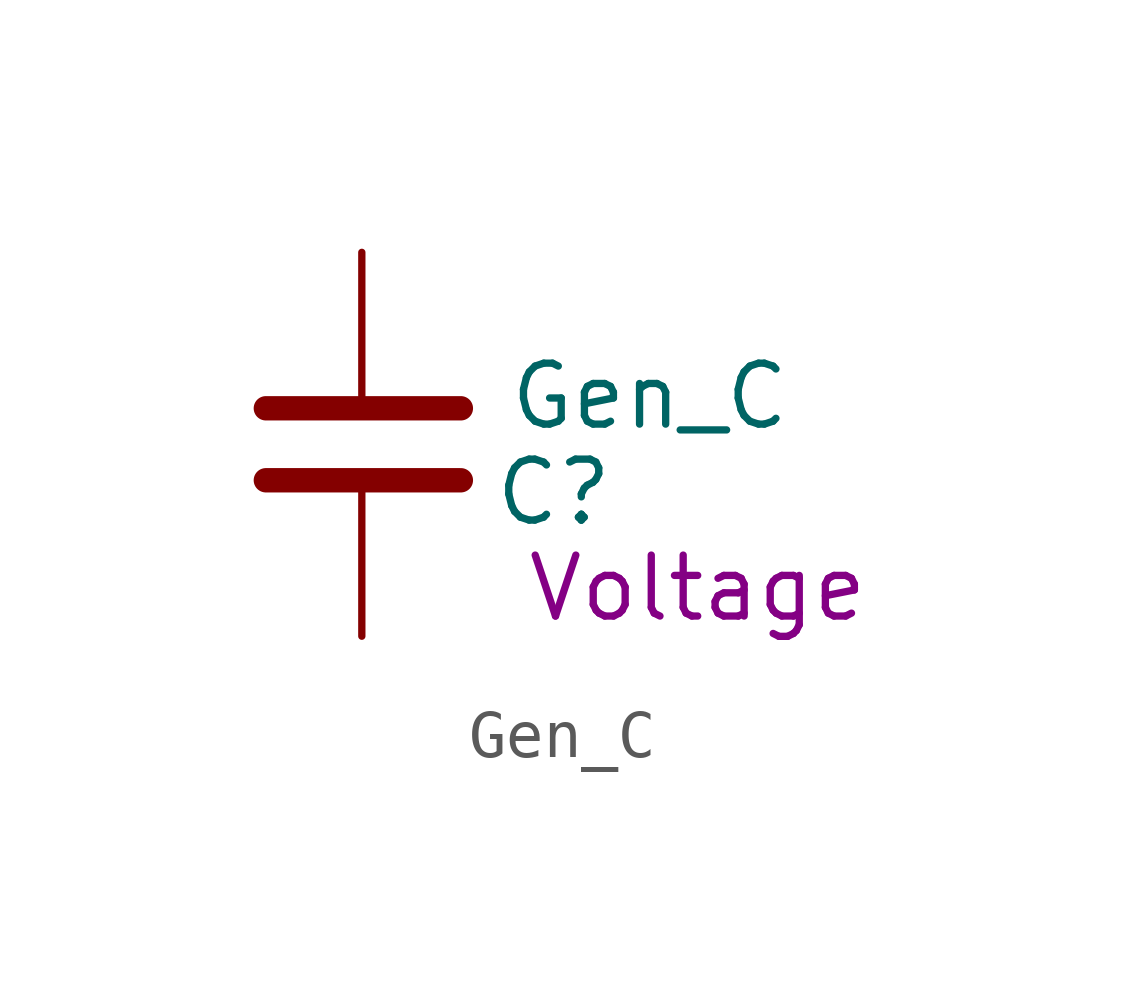
<source format=kicad_sym>
(kicad_symbol_lib
  (version 20220914)
  (generator kicad_symbol_editor)
  (symbol "Gen_C"
    (pin_numbers hide)
    (pin_names
      (offset 0) hide)
    (property "Reference" "C"
      (at 4 -7 0)
      (effects (font (size 1.27 1.27))))
    (property "Value" "Gen_C"
      (at 6 -5 0)
      (effects (font (size 1.27 1.27))))
    (property "Voltage" "Voltage"
      (at 7 -9 0)
      (effects (font (size 1.27 1.27))))
    (symbol "Gen_C_0_1"
      (polyline (pts (xy -2 -6.75) (xy 2.064 -6.75)) (stroke (width 0.508) (type default)) (fill (type none)))
      (polyline (pts (xy -2 -5.25) (xy 2.064 -5.25)) (stroke (width 0.508) (type default)) (fill (type none))))
    (symbol "Gen_C_1_1"
      (pin passive line (at 0 -2 270) (length 3) (name "~" (effects (font (size 1.27 1.27)))) (number "1" (effects (font (size 1.27 1.27)))))
      (pin passive line (at 0 -10 90) (length 3) (name "~" (effects (font (size 1.27 1.27)))) (number "2" (effects (font (size 1.27 1.27))))))))
</source>
